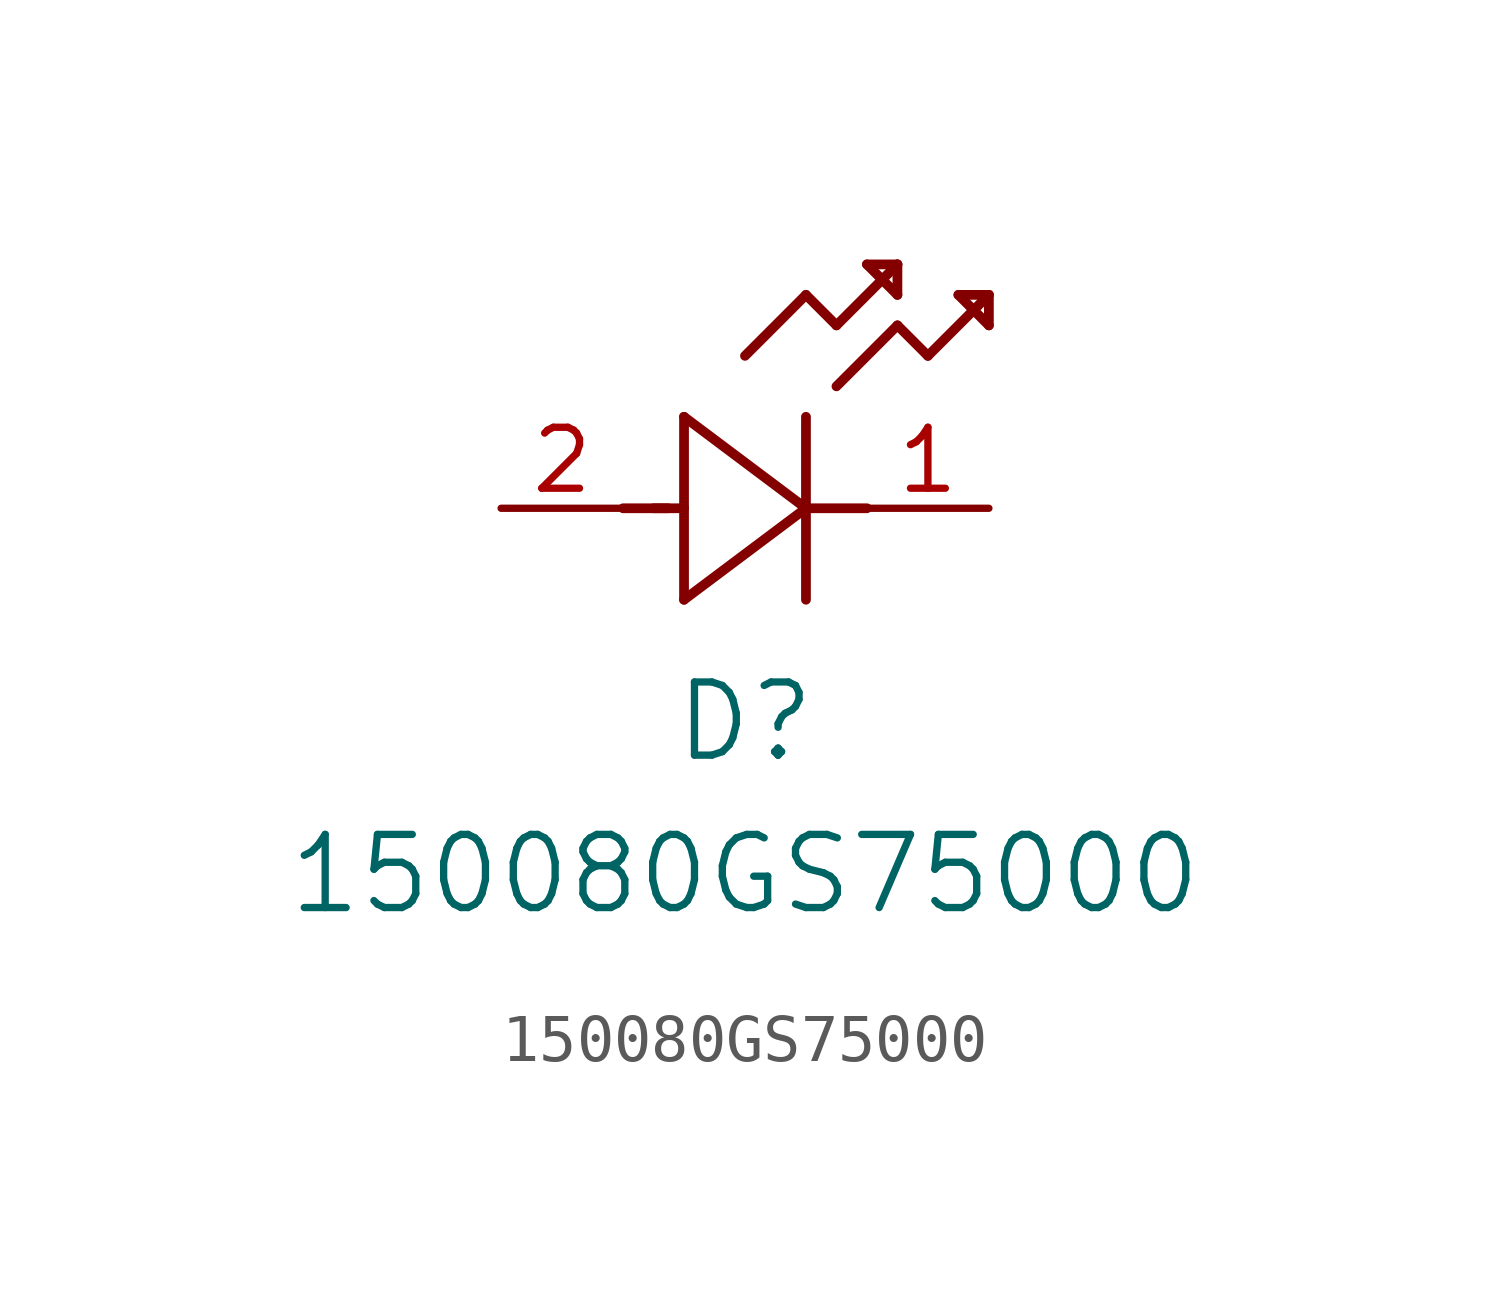
<source format=kicad_sym>
(kicad_symbol_lib
  (version 20220914)
  (generator kicad_symbol_editor)
  (symbol "150080GS75000"
    (pin_names
      (offset 0.254))
    (property "Reference" "D"
      (at 5.08 -4.445 0)
      (effects (font (size 1.524 1.524))))
    (property "Value" "150080GS75000"
      (at 5.08 -7.62 0)
      (effects (font (size 1.524 1.524))))
    (property "ki_locked" ""
      (at 0 0 0)
      (effects (font (size 1.27 1.27))))
    (symbol "150080GS75000_1_1"
      (polyline (pts (xy 2.54 0) (xy 3.48 0)) (stroke (width 0.203) (type default)) (fill (type none)))
      (polyline (pts (xy 3.175 0) (xy 3.81 0)) (stroke (width 0.203) (type default)) (fill (type none)))
      (polyline (pts (xy 3.81 -1.905) (xy 6.35 0)) (stroke (width 0.203) (type default)) (fill (type none)))
      (polyline (pts (xy 3.81 1.905) (xy 3.81 -1.905)) (stroke (width 0.203) (type default)) (fill (type none)))
      (polyline (pts (xy 5.08 3.175) (xy 6.35 4.445)) (stroke (width 0.203) (type default)) (fill (type none)))
      (polyline (pts (xy 6.35 -1.905) (xy 6.35 1.905)) (stroke (width 0.203) (type default)) (fill (type none)))
      (polyline (pts (xy 6.35 0) (xy 3.81 1.905)) (stroke (width 0.203) (type default)) (fill (type none)))
      (polyline (pts (xy 6.35 0) (xy 7.62 0)) (stroke (width 0.203) (type default)) (fill (type none)))
      (polyline (pts (xy 6.35 4.445) (xy 6.985 3.81)) (stroke (width 0.203) (type default)) (fill (type none)))
      (polyline (pts (xy 6.985 2.54) (xy 8.255 3.81)) (stroke (width 0.203) (type default)) (fill (type none)))
      (polyline (pts (xy 6.985 3.81) (xy 8.255 5.08)) (stroke (width 0.203) (type default)) (fill (type none)))
      (polyline (pts (xy 7.62 5.08) (xy 8.255 4.445)) (stroke (width 0.203) (type default)) (fill (type none)))
      (polyline (pts (xy 8.255 3.81) (xy 8.89 3.175)) (stroke (width 0.203) (type default)) (fill (type none)))
      (polyline (pts (xy 8.255 4.445) (xy 8.255 5.08)) (stroke (width 0.203) (type default)) (fill (type none)))
      (polyline (pts (xy 8.255 5.08) (xy 7.62 5.08)) (stroke (width 0.203) (type default)) (fill (type none)))
      (polyline (pts (xy 8.89 3.175) (xy 10.16 4.445)) (stroke (width 0.203) (type default)) (fill (type none)))
      (polyline (pts (xy 9.525 4.445) (xy 10.16 3.81)) (stroke (width 0.203) (type default)) (fill (type none)))
      (polyline (pts (xy 10.16 3.81) (xy 10.16 4.445)) (stroke (width 0.203) (type default)) (fill (type none)))
      (polyline (pts (xy 10.16 4.445) (xy 9.525 4.445)) (stroke (width 0.203) (type default)) (fill (type none)))
      (pin unspecified line (at 10.16 0 180) (length 2.54) (name "" (effects (font (size 1.27 1.27)))) (number "1" (effects (font (size 1.27 1.27)))))
      (pin unspecified line (at 0 0 0) (length 2.54) (name "" (effects (font (size 1.27 1.27)))) (number "2" (effects (font (size 1.27 1.27))))))))
</source>
